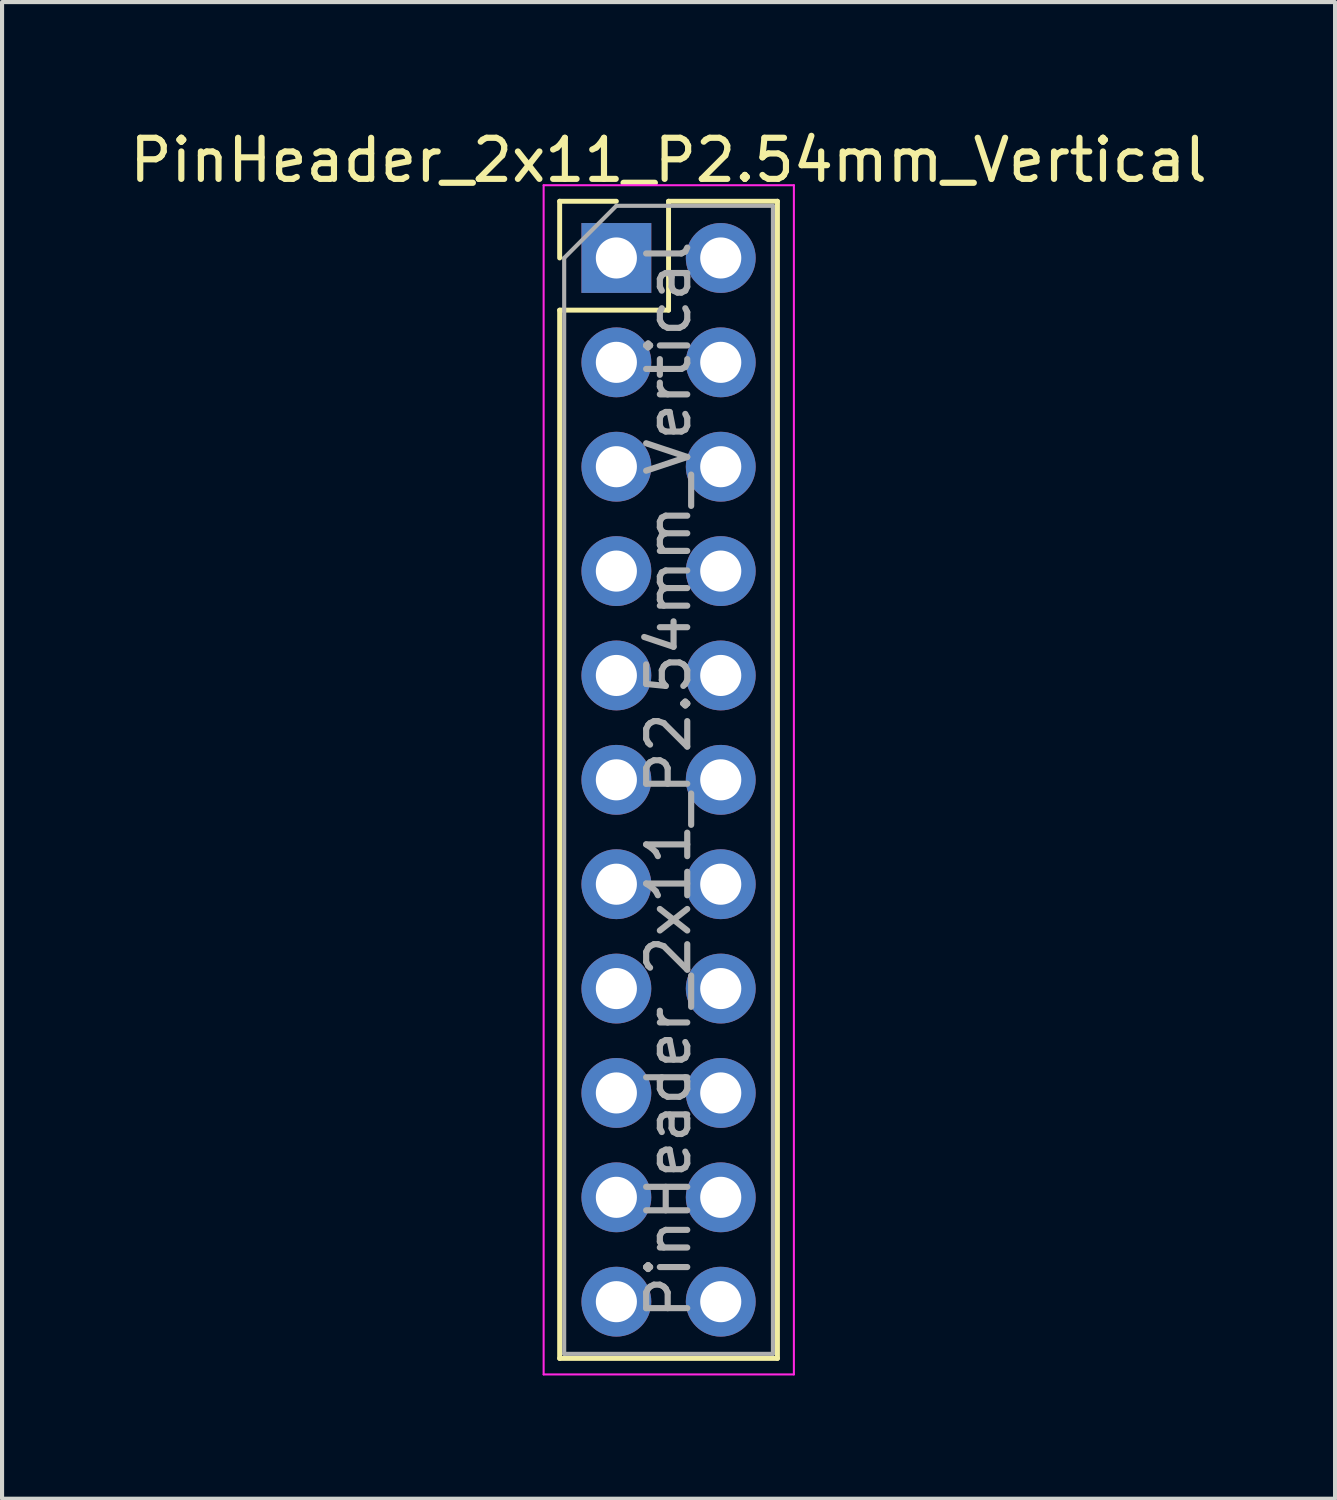
<source format=kicad_pcb>
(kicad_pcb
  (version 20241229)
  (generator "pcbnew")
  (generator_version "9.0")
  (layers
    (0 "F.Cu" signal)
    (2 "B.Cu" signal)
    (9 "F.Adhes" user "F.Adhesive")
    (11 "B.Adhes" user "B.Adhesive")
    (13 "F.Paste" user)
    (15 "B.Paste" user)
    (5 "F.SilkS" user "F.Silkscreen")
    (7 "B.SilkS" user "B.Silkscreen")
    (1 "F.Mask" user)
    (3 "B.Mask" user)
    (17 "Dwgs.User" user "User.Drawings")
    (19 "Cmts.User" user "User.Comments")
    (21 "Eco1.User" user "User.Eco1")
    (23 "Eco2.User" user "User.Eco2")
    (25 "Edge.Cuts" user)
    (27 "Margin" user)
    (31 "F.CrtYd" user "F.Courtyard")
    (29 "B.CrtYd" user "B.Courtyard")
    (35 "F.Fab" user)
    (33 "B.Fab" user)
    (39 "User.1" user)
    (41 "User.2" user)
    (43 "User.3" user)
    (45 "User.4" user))
  (footprint "PinHeader_2x11_P2.54mm_Vertical"
    (layer "F.Cu")
    (at 11.95 3.228)
    (property "Reference" "PinHeader_2x11_P2.54mm_Vertical" (at 1.27 -2.38 0) (layer "F.SilkS") (effects (font (size 1 1) (thickness 0.15))))
    (attr through_hole)
    (fp_line (start -1.38 -1.38) (end 0 -1.38) (stroke (width 0.12) (type solid)) (layer "F.SilkS"))
    (fp_line (start -1.38 0) (end -1.38 -1.38) (stroke (width 0.12) (type solid)) (layer "F.SilkS"))
    (fp_line (start -1.38 1.27) (end -1.38 26.78) (stroke (width 0.12) (type solid)) (layer "F.SilkS"))
    (fp_line (start -1.38 1.27) (end 1.27 1.27) (stroke (width 0.12) (type solid)) (layer "F.SilkS"))
    (fp_line (start -1.38 26.78) (end 3.92 26.78) (stroke (width 0.12) (type solid)) (layer "F.SilkS"))
    (fp_line (start 1.27 -1.38) (end 3.92 -1.38) (stroke (width 0.12) (type solid)) (layer "F.SilkS"))
    (fp_line (start 1.27 1.27) (end 1.27 -1.38) (stroke (width 0.12) (type solid)) (layer "F.SilkS"))
    (fp_line (start 3.92 -1.38) (end 3.92 26.78) (stroke (width 0.12) (type solid)) (layer "F.SilkS"))
    (fp_line (start -1.77 -1.77) (end -1.77 27.17) (stroke (width 0.05) (type solid)) (layer "F.CrtYd"))
    (fp_line (start -1.77 27.17) (end 4.32 27.17) (stroke (width 0.05) (type solid)) (layer "F.CrtYd"))
    (fp_line (start 4.32 -1.77) (end -1.77 -1.77) (stroke (width 0.05) (type solid)) (layer "F.CrtYd"))
    (fp_line (start 4.32 27.17) (end 4.32 -1.77) (stroke (width 0.05) (type solid)) (layer "F.CrtYd"))
    (fp_line (start -1.27 0) (end 0 -1.27) (stroke (width 0.1) (type solid)) (layer "F.Fab"))
    (fp_line (start -1.27 26.67) (end -1.27 0) (stroke (width 0.1) (type solid)) (layer "F.Fab"))
    (fp_line (start 0 -1.27) (end 3.81 -1.27) (stroke (width 0.1) (type solid)) (layer "F.Fab"))
    (fp_line (start 3.81 -1.27) (end 3.81 26.67) (stroke (width 0.1) (type solid)) (layer "F.Fab"))
    (fp_line (start 3.81 26.67) (end -1.27 26.67) (stroke (width 0.1) (type solid)) (layer "F.Fab"))
    (fp_text user "${REFERENCE}" (at 1.27 12.7 90) (layer "F.Fab") (effects (font (size 1 1) (thickness 0.15))))
    (pad "1" thru_hole rect (at 0 0) (size 1.7 1.7) (drill 1) (layers "*.Cu" "*.Mask"))
    (pad "2" thru_hole circle (at 2.54 0) (size 1.7 1.7) (drill 1) (layers "*.Cu" "*.Mask"))
    (pad "3" thru_hole circle (at 0 2.54) (size 1.7 1.7) (drill 1) (layers "*.Cu" "*.Mask"))
    (pad "4" thru_hole circle (at 2.54 2.54) (size 1.7 1.7) (drill 1) (layers "*.Cu" "*.Mask"))
    (pad "5" thru_hole circle (at 0 5.08) (size 1.7 1.7) (drill 1) (layers "*.Cu" "*.Mask"))
    (pad "6" thru_hole circle (at 2.54 5.08) (size 1.7 1.7) (drill 1) (layers "*.Cu" "*.Mask"))
    (pad "7" thru_hole circle (at 0 7.62) (size 1.7 1.7) (drill 1) (layers "*.Cu" "*.Mask"))
    (pad "8" thru_hole circle (at 2.54 7.62) (size 1.7 1.7) (drill 1) (layers "*.Cu" "*.Mask"))
    (pad "9" thru_hole circle (at 0 10.16) (size 1.7 1.7) (drill 1) (layers "*.Cu" "*.Mask"))
    (pad "10" thru_hole circle (at 2.54 10.16) (size 1.7 1.7) (drill 1) (layers "*.Cu" "*.Mask"))
    (pad "11" thru_hole circle (at 0 12.7) (size 1.7 1.7) (drill 1) (layers "*.Cu" "*.Mask"))
    (pad "12" thru_hole circle (at 2.54 12.7) (size 1.7 1.7) (drill 1) (layers "*.Cu" "*.Mask"))
    (pad "13" thru_hole circle (at 0 15.24) (size 1.7 1.7) (drill 1) (layers "*.Cu" "*.Mask"))
    (pad "14" thru_hole circle (at 2.54 15.24) (size 1.7 1.7) (drill 1) (layers "*.Cu" "*.Mask"))
    (pad "15" thru_hole circle (at 0 17.78) (size 1.7 1.7) (drill 1) (layers "*.Cu" "*.Mask"))
    (pad "16" thru_hole circle (at 2.54 17.78) (size 1.7 1.7) (drill 1) (layers "*.Cu" "*.Mask"))
    (pad "17" thru_hole circle (at 0 20.32) (size 1.7 1.7) (drill 1) (layers "*.Cu" "*.Mask"))
    (pad "18" thru_hole circle (at 2.54 20.32) (size 1.7 1.7) (drill 1) (layers "*.Cu" "*.Mask"))
    (pad "19" thru_hole circle (at 0 22.86) (size 1.7 1.7) (drill 1) (layers "*.Cu" "*.Mask"))
    (pad "20" thru_hole circle (at 2.54 22.86) (size 1.7 1.7) (drill 1) (layers "*.Cu" "*.Mask"))
    (pad "21" thru_hole circle (at 0 25.4) (size 1.7 1.7) (drill 1) (layers "*.Cu" "*.Mask"))
    (pad "22" thru_hole circle (at 2.54 25.4) (size 1.7 1.7) (drill 1) (layers "*.Cu" "*.Mask")))
  (gr_rect
    (start -3 -3)
    (end 29.44 33.423)
    (stroke (width 0.1) (type default))
    (fill no)
    (layer "Edge.Cuts")))
</source>
